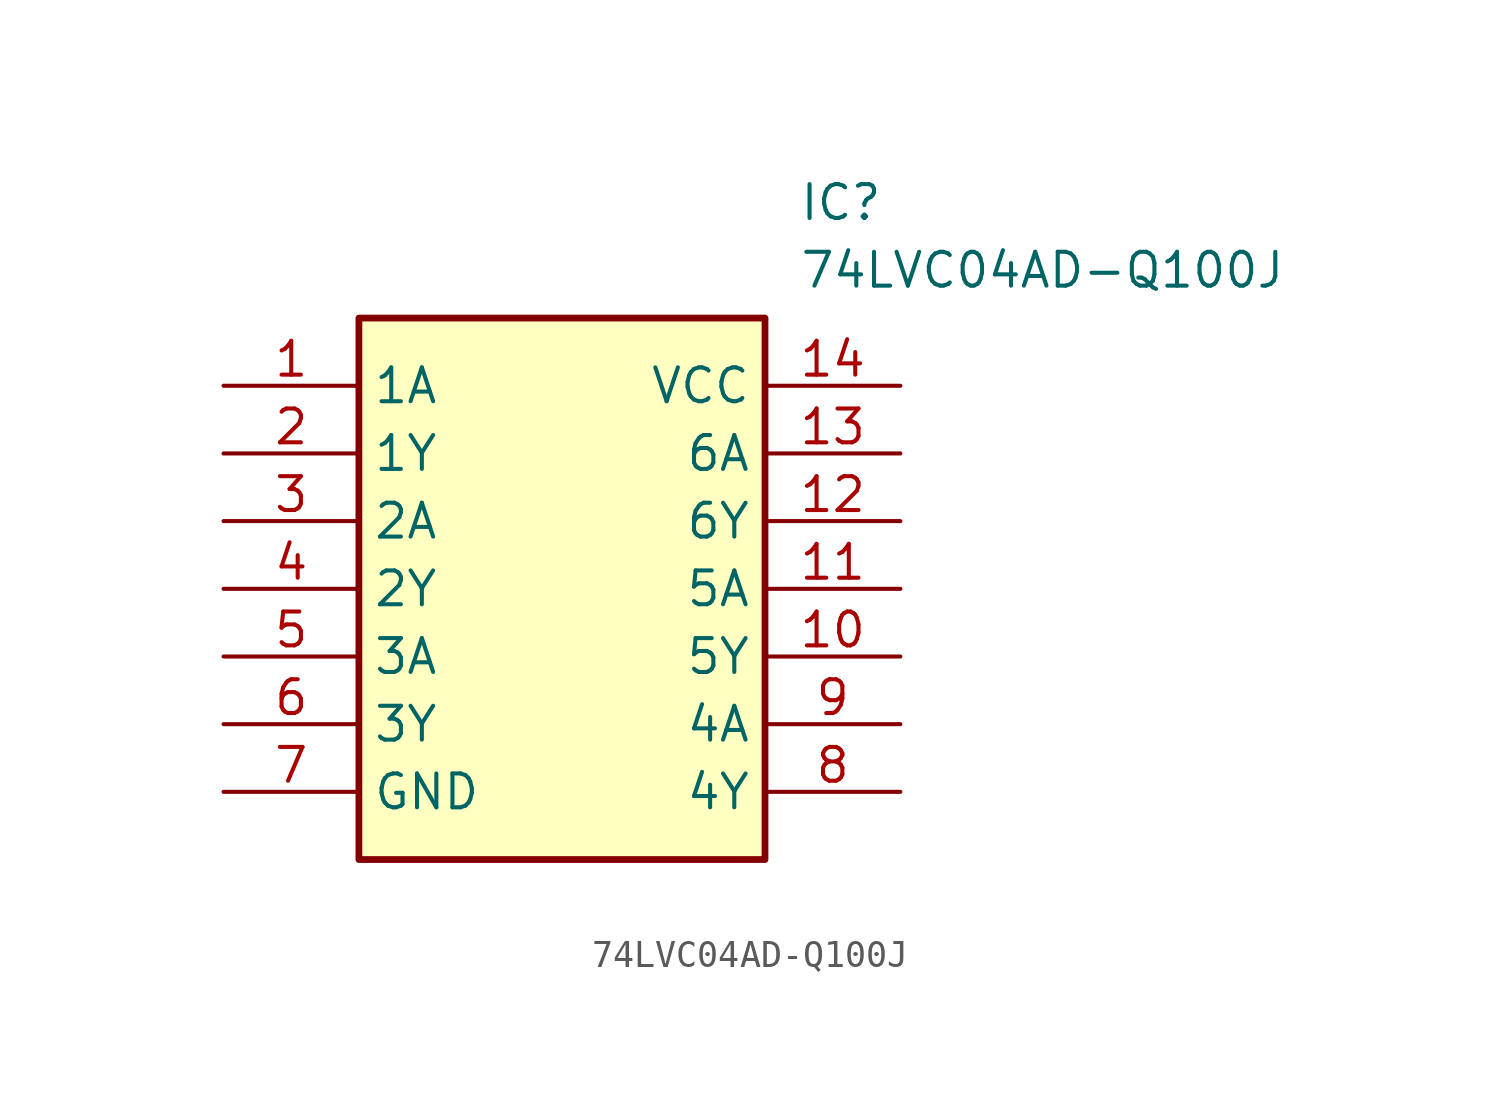
<source format=kicad_sym>
(kicad_symbol_lib
  (version 20211014)
  (generator SamacSys_ECAD_Model)
  (symbol "74LVC04AD-Q100J"
    (property "Reference" "IC"
      (at 21.59 7.62 0)
      (effects (font (size 1.27 1.27)) (justify left top)))
    (property "Value" "74LVC04AD-Q100J"
      (at 21.59 5.08 0)
      (effects (font (size 1.27 1.27)) (justify left top)))
    (rectangle
      (start 5.08 2.54)
      (end 20.32 -17.78)
      (stroke (width 0.254) (type default))
      (fill (type background)))
    (pin passive line
      (at 0 0 0)
      (length 5.08)
      (name "1A" (effects (font (size 1.27 1.27))))
      (number "1" (effects (font (size 1.27 1.27)))))
    (pin passive line
      (at 0 -2.54 0)
      (length 5.08)
      (name "1Y" (effects (font (size 1.27 1.27))))
      (number "2" (effects (font (size 1.27 1.27)))))
    (pin passive line
      (at 0 -5.08 0)
      (length 5.08)
      (name "2A" (effects (font (size 1.27 1.27))))
      (number "3" (effects (font (size 1.27 1.27)))))
    (pin passive line
      (at 0 -7.62 0)
      (length 5.08)
      (name "2Y" (effects (font (size 1.27 1.27))))
      (number "4" (effects (font (size 1.27 1.27)))))
    (pin passive line
      (at 0 -10.16 0)
      (length 5.08)
      (name "3A" (effects (font (size 1.27 1.27))))
      (number "5" (effects (font (size 1.27 1.27)))))
    (pin passive line
      (at 0 -12.7 0)
      (length 5.08)
      (name "3Y" (effects (font (size 1.27 1.27))))
      (number "6" (effects (font (size 1.27 1.27)))))
    (pin passive line
      (at 0 -15.24 0)
      (length 5.08)
      (name "GND" (effects (font (size 1.27 1.27))))
      (number "7" (effects (font (size 1.27 1.27)))))
    (pin passive line
      (at 25.4 0 180)
      (length 5.08)
      (name "VCC" (effects (font (size 1.27 1.27))))
      (number "14" (effects (font (size 1.27 1.27)))))
    (pin passive line
      (at 25.4 -2.54 180)
      (length 5.08)
      (name "6A" (effects (font (size 1.27 1.27))))
      (number "13" (effects (font (size 1.27 1.27)))))
    (pin passive line
      (at 25.4 -5.08 180)
      (length 5.08)
      (name "6Y" (effects (font (size 1.27 1.27))))
      (number "12" (effects (font (size 1.27 1.27)))))
    (pin passive line
      (at 25.4 -7.62 180)
      (length 5.08)
      (name "5A" (effects (font (size 1.27 1.27))))
      (number "11" (effects (font (size 1.27 1.27)))))
    (pin passive line
      (at 25.4 -10.16 180)
      (length 5.08)
      (name "5Y" (effects (font (size 1.27 1.27))))
      (number "10" (effects (font (size 1.27 1.27)))))
    (pin passive line
      (at 25.4 -12.7 180)
      (length 5.08)
      (name "4A" (effects (font (size 1.27 1.27))))
      (number "9" (effects (font (size 1.27 1.27)))))
    (pin passive line
      (at 25.4 -15.24 180)
      (length 5.08)
      (name "4Y" (effects (font (size 1.27 1.27))))
      (number "8" (effects (font (size 1.27 1.27)))))))
</source>
